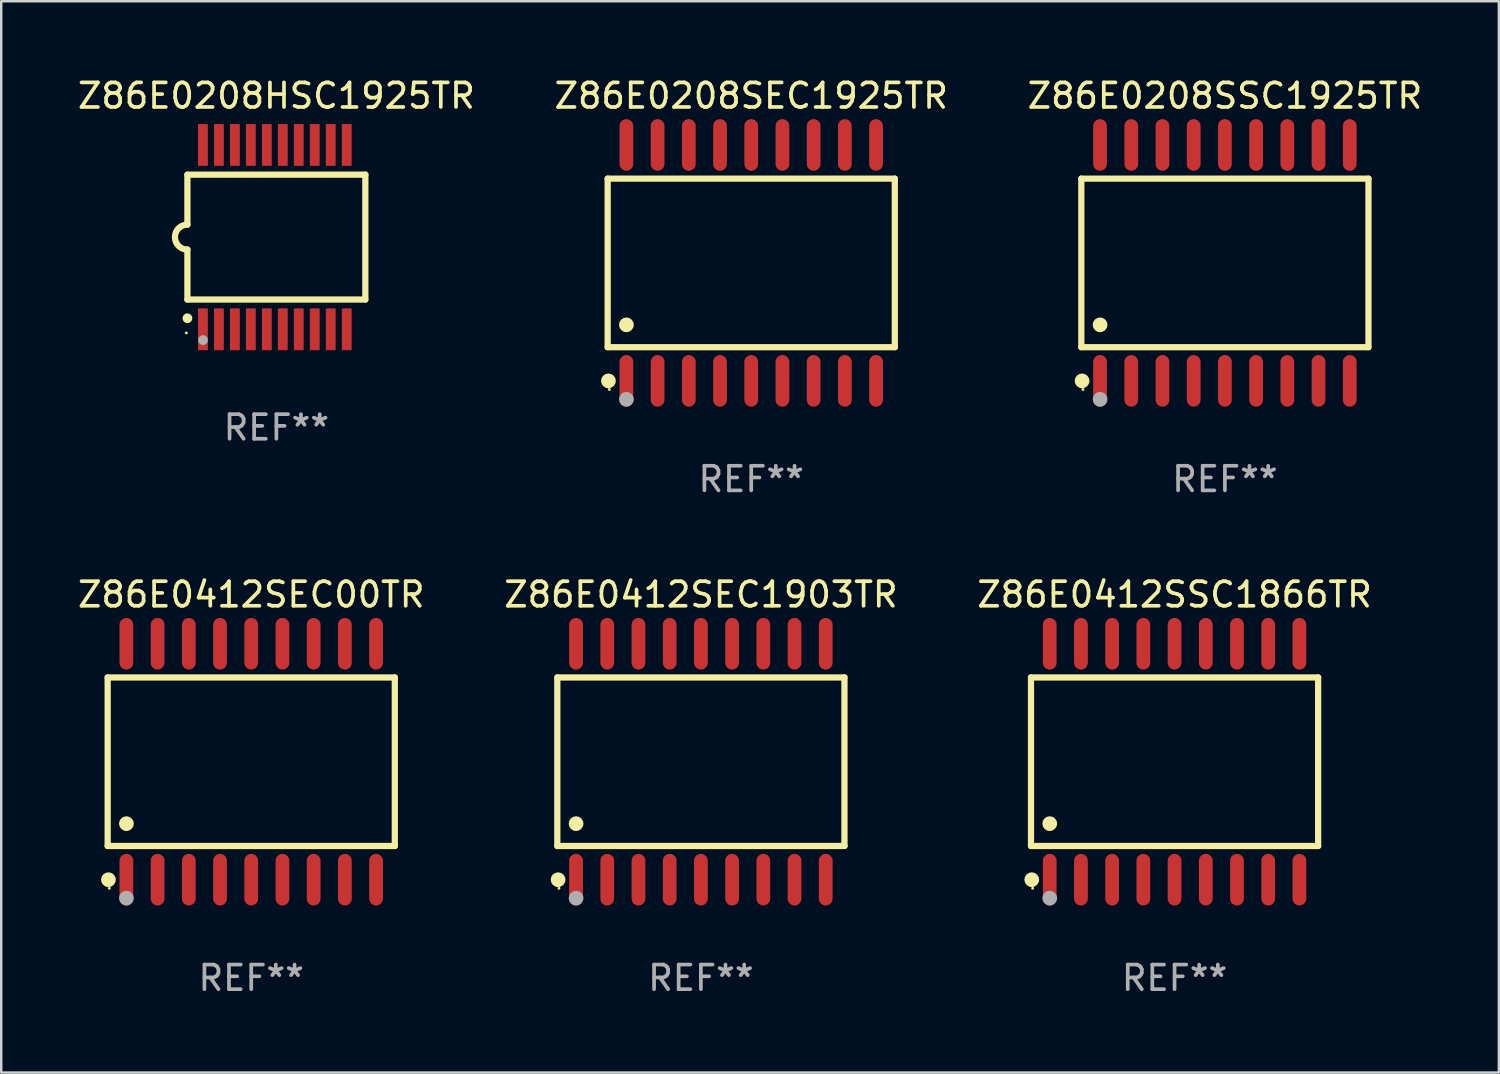
<source format=kicad_pcb>
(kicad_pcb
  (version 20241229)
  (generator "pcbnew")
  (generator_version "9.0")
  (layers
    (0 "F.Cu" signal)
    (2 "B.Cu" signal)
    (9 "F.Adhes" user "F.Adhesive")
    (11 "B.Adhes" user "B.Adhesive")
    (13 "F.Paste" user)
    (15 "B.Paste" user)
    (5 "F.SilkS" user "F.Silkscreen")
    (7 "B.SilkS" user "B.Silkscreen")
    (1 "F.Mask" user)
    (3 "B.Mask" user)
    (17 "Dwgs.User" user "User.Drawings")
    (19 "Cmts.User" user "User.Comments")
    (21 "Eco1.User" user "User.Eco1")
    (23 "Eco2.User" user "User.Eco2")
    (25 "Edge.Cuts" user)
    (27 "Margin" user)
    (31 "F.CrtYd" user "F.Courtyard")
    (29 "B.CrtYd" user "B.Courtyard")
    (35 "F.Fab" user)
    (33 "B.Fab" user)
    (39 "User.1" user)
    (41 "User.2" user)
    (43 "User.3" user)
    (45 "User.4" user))
  (footprint "Z86E0208SSC1925TR"
    (layer "F.Cu")
    (at 46.792 7.648)
    (property "Reference" "Z86E0208SSC1925TR" (at 0 -6.8 0) (layer "F.SilkS") (effects (font (size 1 1) (thickness 0.15))))
    (attr through_hole)
    (fp_line (start -5.842 -3.429) (end -5.842 3.429) (stroke (width 0.254) (type solid)) (layer "F.SilkS"))
    (fp_line (start -5.842 3.429) (end 5.842 3.429) (stroke (width 0.254) (type solid)) (layer "F.SilkS"))
    (fp_line (start 5.842 -3.429) (end -5.842 -3.429) (stroke (width 0.254) (type solid)) (layer "F.SilkS"))
    (fp_line (start 5.842 3.429) (end 5.842 -3.429) (stroke (width 0.254) (type solid)) (layer "F.SilkS"))
    (fp_circle (center -5.812 4.8) (end -5.662 4.8) (stroke (width 0.3) (type solid)) (fill no) (layer "F.SilkS"))
    (fp_circle (center -5.775 5.15) (end -5.745 5.15) (stroke (width 0.06) (type solid)) (fill no) (layer "F.SilkS"))
    (fp_circle (center -5.08 2.519) (end -4.93 2.519) (stroke (width 0.3) (type solid)) (fill no) (layer "F.SilkS"))
    (fp_circle (center -5.08 5.55) (end -4.93 5.55) (stroke (width 0.3) (type solid)) (fill no) (layer "F.Fab"))
    (fp_text user "REF**" (at 0 8.8 0) (layer "F.Fab") (effects (font (size 1 1) (thickness 0.15))))
    (pad "1" smd oval (at -5.08 4.8) (size 0.56 2.1) (layers "F.Cu" "F.Mask" "F.Paste"))
    (pad "2" smd oval (at -3.81 4.8) (size 0.56 2.1) (layers "F.Cu" "F.Mask" "F.Paste"))
    (pad "3" smd oval (at -2.54 4.8) (size 0.56 2.1) (layers "F.Cu" "F.Mask" "F.Paste"))
    (pad "4" smd oval (at -1.27 4.8) (size 0.56 2.1) (layers "F.Cu" "F.Mask" "F.Paste"))
    (pad "5" smd oval (at 0 4.8) (size 0.56 2.1) (layers "F.Cu" "F.Mask" "F.Paste"))
    (pad "6" smd oval (at 1.27 4.8) (size 0.56 2.1) (layers "F.Cu" "F.Mask" "F.Paste"))
    (pad "7" smd oval (at 2.54 4.8) (size 0.56 2.1) (layers "F.Cu" "F.Mask" "F.Paste"))
    (pad "8" smd oval (at 3.81 4.8) (size 0.56 2.1) (layers "F.Cu" "F.Mask" "F.Paste"))
    (pad "9" smd oval (at 5.08 4.8) (size 0.56 2.1) (layers "F.Cu" "F.Mask" "F.Paste"))
    (pad "10" smd oval (at 5.08 -4.8) (size 0.56 2.1) (layers "F.Cu" "F.Mask" "F.Paste"))
    (pad "11" smd oval (at 3.81 -4.8) (size 0.56 2.1) (layers "F.Cu" "F.Mask" "F.Paste"))
    (pad "12" smd oval (at 2.54 -4.8) (size 0.56 2.1) (layers "F.Cu" "F.Mask" "F.Paste"))
    (pad "13" smd oval (at 1.27 -4.8) (size 0.56 2.1) (layers "F.Cu" "F.Mask" "F.Paste"))
    (pad "14" smd oval (at 0 -4.8) (size 0.56 2.1) (layers "F.Cu" "F.Mask" "F.Paste"))
    (pad "15" smd oval (at -1.27 -4.8) (size 0.56 2.1) (layers "F.Cu" "F.Mask" "F.Paste"))
    (pad "16" smd oval (at -2.54 -4.8) (size 0.56 2.1) (layers "F.Cu" "F.Mask" "F.Paste"))
    (pad "17" smd oval (at -3.81 -4.8) (size 0.56 2.1) (layers "F.Cu" "F.Mask" "F.Paste"))
    (pad "18" smd oval (at -5.08 -4.8) (size 0.56 2.1) (layers "F.Cu" "F.Mask" "F.Paste")))
  (footprint "Z86E0208HSC1925TR"
    (layer "F.Cu")
    (at 8.196 6.598)
    (property "Reference" "Z86E0208HSC1925TR" (at 0 -5.75 0) (layer "F.SilkS") (effects (font (size 1 1) (thickness 0.15))))
    (attr through_hole)
    (fp_line (start -3.62 -2.54) (end 3.62 -2.54) (stroke (width 0.254) (type solid)) (layer "F.SilkS"))
    (fp_line (start -3.62 -0.508) (end -3.62 -2.54) (stroke (width 0.254) (type solid)) (layer "F.SilkS"))
    (fp_line (start -3.62 2.54) (end -3.62 0.508) (stroke (width 0.254) (type solid)) (layer "F.SilkS"))
    (fp_line (start 3.62 -2.54) (end 3.62 2.54) (stroke (width 0.254) (type solid)) (layer "F.SilkS"))
    (fp_line (start 3.62 2.54) (end -3.62 2.54) (stroke (width 0.254) (type solid)) (layer "F.SilkS"))
    (fp_arc (start -3.619507 0.508052) (mid -4.125607 0.000051) (end -3.619507 -0.50795) (stroke (width 0.254001) (type solid)) (layer "F.SilkS"))
    (fp_circle (center -3.664 3.9) (end -3.634 3.9) (stroke (width 0.06) (type solid)) (fill no) (layer "F.SilkS"))
    (fp_circle (center -3.62 3.302) (end -3.52 3.302) (stroke (width 0.2) (type solid)) (fill no) (layer "F.SilkS"))
    (fp_circle (center -2.985 4.191) (end -2.885 4.191) (stroke (width 0.2) (type solid)) (fill no) (layer "F.Fab"))
    (fp_text user "REF**" (at 0 7.75 0) (layer "F.Fab") (effects (font (size 1 1) (thickness 0.15))))
    (pad "1" smd rect (at -2.989 3.75) (size 0.4 1.7) (layers "F.Cu" "F.Mask" "F.Paste"))
    (pad "2" smd rect (at -2.339 3.75) (size 0.4 1.7) (layers "F.Cu" "F.Mask" "F.Paste"))
    (pad "3" smd rect (at -1.689 3.75) (size 0.4 1.7) (layers "F.Cu" "F.Mask" "F.Paste"))
    (pad "4" smd rect (at -1.039 3.75) (size 0.4 1.7) (layers "F.Cu" "F.Mask" "F.Paste"))
    (pad "5" smd rect (at -0.389 3.75) (size 0.4 1.7) (layers "F.Cu" "F.Mask" "F.Paste"))
    (pad "6" smd rect (at 0.261 3.75) (size 0.4 1.7) (layers "F.Cu" "F.Mask" "F.Paste"))
    (pad "7" smd rect (at 0.911 3.75) (size 0.4 1.7) (layers "F.Cu" "F.Mask" "F.Paste"))
    (pad "8" smd rect (at 1.561 3.75) (size 0.4 1.7) (layers "F.Cu" "F.Mask" "F.Paste"))
    (pad "9" smd rect (at 2.211 3.75) (size 0.4 1.7) (layers "F.Cu" "F.Mask" "F.Paste"))
    (pad "10" smd rect (at 2.862 3.75) (size 0.4 1.7) (layers "F.Cu" "F.Mask" "F.Paste"))
    (pad "11" smd rect (at 2.862 -3.75) (size 0.4 1.7) (layers "F.Cu" "F.Mask" "F.Paste"))
    (pad "12" smd rect (at 2.211 -3.75) (size 0.4 1.7) (layers "F.Cu" "F.Mask" "F.Paste"))
    (pad "13" smd rect (at 1.561 -3.75) (size 0.4 1.7) (layers "F.Cu" "F.Mask" "F.Paste"))
    (pad "14" smd rect (at 0.911 -3.75) (size 0.4 1.7) (layers "F.Cu" "F.Mask" "F.Paste"))
    (pad "15" smd rect (at 0.261 -3.75) (size 0.4 1.7) (layers "F.Cu" "F.Mask" "F.Paste"))
    (pad "16" smd rect (at -0.389 -3.75) (size 0.4 1.7) (layers "F.Cu" "F.Mask" "F.Paste"))
    (pad "17" smd rect (at -1.039 -3.75) (size 0.4 1.7) (layers "F.Cu" "F.Mask" "F.Paste"))
    (pad "18" smd rect (at -1.689 -3.75) (size 0.4 1.7) (layers "F.Cu" "F.Mask" "F.Paste"))
    (pad "19" smd rect (at -2.339 -3.75) (size 0.4 1.7) (layers "F.Cu" "F.Mask" "F.Paste"))
    (pad "20" smd rect (at -2.989 -3.75) (size 0.4 1.7) (layers "F.Cu" "F.Mask" "F.Paste")))
  (footprint "Z86E0208SEC1925TR"
    (layer "F.Cu")
    (at 27.518 7.648)
    (property "Reference" "Z86E0208SEC1925TR" (at 0 -6.8 0) (layer "F.SilkS") (effects (font (size 1 1) (thickness 0.15))))
    (attr through_hole)
    (fp_line (start -5.842 -3.429) (end -5.842 3.429) (stroke (width 0.254) (type solid)) (layer "F.SilkS"))
    (fp_line (start -5.842 3.429) (end 5.842 3.429) (stroke (width 0.254) (type solid)) (layer "F.SilkS"))
    (fp_line (start 5.842 -3.429) (end -5.842 -3.429) (stroke (width 0.254) (type solid)) (layer "F.SilkS"))
    (fp_line (start 5.842 3.429) (end 5.842 -3.429) (stroke (width 0.254) (type solid)) (layer "F.SilkS"))
    (fp_circle (center -5.812 4.8) (end -5.662 4.8) (stroke (width 0.3) (type solid)) (fill no) (layer "F.SilkS"))
    (fp_circle (center -5.775 5.15) (end -5.745 5.15) (stroke (width 0.06) (type solid)) (fill no) (layer "F.SilkS"))
    (fp_circle (center -5.08 2.519) (end -4.93 2.519) (stroke (width 0.3) (type solid)) (fill no) (layer "F.SilkS"))
    (fp_circle (center -5.08 5.55) (end -4.93 5.55) (stroke (width 0.3) (type solid)) (fill no) (layer "F.Fab"))
    (fp_text user "REF**" (at 0 8.8 0) (layer "F.Fab") (effects (font (size 1 1) (thickness 0.15))))
    (pad "1" smd oval (at -5.08 4.8) (size 0.56 2.1) (layers "F.Cu" "F.Mask" "F.Paste"))
    (pad "2" smd oval (at -3.81 4.8) (size 0.56 2.1) (layers "F.Cu" "F.Mask" "F.Paste"))
    (pad "3" smd oval (at -2.54 4.8) (size 0.56 2.1) (layers "F.Cu" "F.Mask" "F.Paste"))
    (pad "4" smd oval (at -1.27 4.8) (size 0.56 2.1) (layers "F.Cu" "F.Mask" "F.Paste"))
    (pad "5" smd oval (at 0 4.8) (size 0.56 2.1) (layers "F.Cu" "F.Mask" "F.Paste"))
    (pad "6" smd oval (at 1.27 4.8) (size 0.56 2.1) (layers "F.Cu" "F.Mask" "F.Paste"))
    (pad "7" smd oval (at 2.54 4.8) (size 0.56 2.1) (layers "F.Cu" "F.Mask" "F.Paste"))
    (pad "8" smd oval (at 3.81 4.8) (size 0.56 2.1) (layers "F.Cu" "F.Mask" "F.Paste"))
    (pad "9" smd oval (at 5.08 4.8) (size 0.56 2.1) (layers "F.Cu" "F.Mask" "F.Paste"))
    (pad "10" smd oval (at 5.08 -4.8) (size 0.56 2.1) (layers "F.Cu" "F.Mask" "F.Paste"))
    (pad "11" smd oval (at 3.81 -4.8) (size 0.56 2.1) (layers "F.Cu" "F.Mask" "F.Paste"))
    (pad "12" smd oval (at 2.54 -4.8) (size 0.56 2.1) (layers "F.Cu" "F.Mask" "F.Paste"))
    (pad "13" smd oval (at 1.27 -4.8) (size 0.56 2.1) (layers "F.Cu" "F.Mask" "F.Paste"))
    (pad "14" smd oval (at 0 -4.8) (size 0.56 2.1) (layers "F.Cu" "F.Mask" "F.Paste"))
    (pad "15" smd oval (at -1.27 -4.8) (size 0.56 2.1) (layers "F.Cu" "F.Mask" "F.Paste"))
    (pad "16" smd oval (at -2.54 -4.8) (size 0.56 2.1) (layers "F.Cu" "F.Mask" "F.Paste"))
    (pad "17" smd oval (at -3.81 -4.8) (size 0.56 2.1) (layers "F.Cu" "F.Mask" "F.Paste"))
    (pad "18" smd oval (at -5.08 -4.8) (size 0.56 2.1) (layers "F.Cu" "F.Mask" "F.Paste")))
  (footprint "Z86E0412SEC1903TR"
    (layer "F.Cu")
    (at 25.47 27.945)
    (property "Reference" "Z86E0412SEC1903TR" (at 0 -6.8 0) (layer "F.SilkS") (effects (font (size 1 1) (thickness 0.15))))
    (attr through_hole)
    (fp_line (start -5.842 -3.429) (end -5.842 3.429) (stroke (width 0.254) (type solid)) (layer "F.SilkS"))
    (fp_line (start -5.842 3.429) (end 5.842 3.429) (stroke (width 0.254) (type solid)) (layer "F.SilkS"))
    (fp_line (start 5.842 -3.429) (end -5.842 -3.429) (stroke (width 0.254) (type solid)) (layer "F.SilkS"))
    (fp_line (start 5.842 3.429) (end 5.842 -3.429) (stroke (width 0.254) (type solid)) (layer "F.SilkS"))
    (fp_circle (center -5.812 4.8) (end -5.662 4.8) (stroke (width 0.3) (type solid)) (fill no) (layer "F.SilkS"))
    (fp_circle (center -5.775 5.15) (end -5.745 5.15) (stroke (width 0.06) (type solid)) (fill no) (layer "F.SilkS"))
    (fp_circle (center -5.08 2.519) (end -4.93 2.519) (stroke (width 0.3) (type solid)) (fill no) (layer "F.SilkS"))
    (fp_circle (center -5.08 5.55) (end -4.93 5.55) (stroke (width 0.3) (type solid)) (fill no) (layer "F.Fab"))
    (fp_text user "REF**" (at 0 8.8 0) (layer "F.Fab") (effects (font (size 1 1) (thickness 0.15))))
    (pad "1" smd oval (at -5.08 4.8) (size 0.56 2.1) (layers "F.Cu" "F.Mask" "F.Paste"))
    (pad "2" smd oval (at -3.81 4.8) (size 0.56 2.1) (layers "F.Cu" "F.Mask" "F.Paste"))
    (pad "3" smd oval (at -2.54 4.8) (size 0.56 2.1) (layers "F.Cu" "F.Mask" "F.Paste"))
    (pad "4" smd oval (at -1.27 4.8) (size 0.56 2.1) (layers "F.Cu" "F.Mask" "F.Paste"))
    (pad "5" smd oval (at 0 4.8) (size 0.56 2.1) (layers "F.Cu" "F.Mask" "F.Paste"))
    (pad "6" smd oval (at 1.27 4.8) (size 0.56 2.1) (layers "F.Cu" "F.Mask" "F.Paste"))
    (pad "7" smd oval (at 2.54 4.8) (size 0.56 2.1) (layers "F.Cu" "F.Mask" "F.Paste"))
    (pad "8" smd oval (at 3.81 4.8) (size 0.56 2.1) (layers "F.Cu" "F.Mask" "F.Paste"))
    (pad "9" smd oval (at 5.08 4.8) (size 0.56 2.1) (layers "F.Cu" "F.Mask" "F.Paste"))
    (pad "10" smd oval (at 5.08 -4.8) (size 0.56 2.1) (layers "F.Cu" "F.Mask" "F.Paste"))
    (pad "11" smd oval (at 3.81 -4.8) (size 0.56 2.1) (layers "F.Cu" "F.Mask" "F.Paste"))
    (pad "12" smd oval (at 2.54 -4.8) (size 0.56 2.1) (layers "F.Cu" "F.Mask" "F.Paste"))
    (pad "13" smd oval (at 1.27 -4.8) (size 0.56 2.1) (layers "F.Cu" "F.Mask" "F.Paste"))
    (pad "14" smd oval (at 0 -4.8) (size 0.56 2.1) (layers "F.Cu" "F.Mask" "F.Paste"))
    (pad "15" smd oval (at -1.27 -4.8) (size 0.56 2.1) (layers "F.Cu" "F.Mask" "F.Paste"))
    (pad "16" smd oval (at -2.54 -4.8) (size 0.56 2.1) (layers "F.Cu" "F.Mask" "F.Paste"))
    (pad "17" smd oval (at -3.81 -4.8) (size 0.56 2.1) (layers "F.Cu" "F.Mask" "F.Paste"))
    (pad "18" smd oval (at -5.08 -4.8) (size 0.56 2.1) (layers "F.Cu" "F.Mask" "F.Paste")))
  (footprint "Z86E0412SEC00TR"
    (layer "F.Cu")
    (at 7.173 27.945)
    (property "Reference" "Z86E0412SEC00TR" (at 0 -6.8 0) (layer "F.SilkS") (effects (font (size 1 1) (thickness 0.15))))
    (attr through_hole)
    (fp_line (start -5.842 -3.429) (end -5.842 3.429) (stroke (width 0.254) (type solid)) (layer "F.SilkS"))
    (fp_line (start -5.842 3.429) (end 5.842 3.429) (stroke (width 0.254) (type solid)) (layer "F.SilkS"))
    (fp_line (start 5.842 -3.429) (end -5.842 -3.429) (stroke (width 0.254) (type solid)) (layer "F.SilkS"))
    (fp_line (start 5.842 3.429) (end 5.842 -3.429) (stroke (width 0.254) (type solid)) (layer "F.SilkS"))
    (fp_circle (center -5.812 4.8) (end -5.662 4.8) (stroke (width 0.3) (type solid)) (fill no) (layer "F.SilkS"))
    (fp_circle (center -5.775 5.15) (end -5.745 5.15) (stroke (width 0.06) (type solid)) (fill no) (layer "F.SilkS"))
    (fp_circle (center -5.08 2.519) (end -4.93 2.519) (stroke (width 0.3) (type solid)) (fill no) (layer "F.SilkS"))
    (fp_circle (center -5.08 5.55) (end -4.93 5.55) (stroke (width 0.3) (type solid)) (fill no) (layer "F.Fab"))
    (fp_text user "REF**" (at 0 8.8 0) (layer "F.Fab") (effects (font (size 1 1) (thickness 0.15))))
    (pad "1" smd oval (at -5.08 4.8) (size 0.56 2.1) (layers "F.Cu" "F.Mask" "F.Paste"))
    (pad "2" smd oval (at -3.81 4.8) (size 0.56 2.1) (layers "F.Cu" "F.Mask" "F.Paste"))
    (pad "3" smd oval (at -2.54 4.8) (size 0.56 2.1) (layers "F.Cu" "F.Mask" "F.Paste"))
    (pad "4" smd oval (at -1.27 4.8) (size 0.56 2.1) (layers "F.Cu" "F.Mask" "F.Paste"))
    (pad "5" smd oval (at 0 4.8) (size 0.56 2.1) (layers "F.Cu" "F.Mask" "F.Paste"))
    (pad "6" smd oval (at 1.27 4.8) (size 0.56 2.1) (layers "F.Cu" "F.Mask" "F.Paste"))
    (pad "7" smd oval (at 2.54 4.8) (size 0.56 2.1) (layers "F.Cu" "F.Mask" "F.Paste"))
    (pad "8" smd oval (at 3.81 4.8) (size 0.56 2.1) (layers "F.Cu" "F.Mask" "F.Paste"))
    (pad "9" smd oval (at 5.08 4.8) (size 0.56 2.1) (layers "F.Cu" "F.Mask" "F.Paste"))
    (pad "10" smd oval (at 5.08 -4.8) (size 0.56 2.1) (layers "F.Cu" "F.Mask" "F.Paste"))
    (pad "11" smd oval (at 3.81 -4.8) (size 0.56 2.1) (layers "F.Cu" "F.Mask" "F.Paste"))
    (pad "12" smd oval (at 2.54 -4.8) (size 0.56 2.1) (layers "F.Cu" "F.Mask" "F.Paste"))
    (pad "13" smd oval (at 1.27 -4.8) (size 0.56 2.1) (layers "F.Cu" "F.Mask" "F.Paste"))
    (pad "14" smd oval (at 0 -4.8) (size 0.56 2.1) (layers "F.Cu" "F.Mask" "F.Paste"))
    (pad "15" smd oval (at -1.27 -4.8) (size 0.56 2.1) (layers "F.Cu" "F.Mask" "F.Paste"))
    (pad "16" smd oval (at -2.54 -4.8) (size 0.56 2.1) (layers "F.Cu" "F.Mask" "F.Paste"))
    (pad "17" smd oval (at -3.81 -4.8) (size 0.56 2.1) (layers "F.Cu" "F.Mask" "F.Paste"))
    (pad "18" smd oval (at -5.08 -4.8) (size 0.56 2.1) (layers "F.Cu" "F.Mask" "F.Paste")))
  (footprint "Z86E0412SSC1866TR"
    (layer "F.Cu")
    (at 44.744 27.945)
    (property "Reference" "Z86E0412SSC1866TR" (at 0 -6.8 0) (layer "F.SilkS") (effects (font (size 1 1) (thickness 0.15))))
    (attr through_hole)
    (fp_line (start -5.842 -3.429) (end -5.842 3.429) (stroke (width 0.254) (type solid)) (layer "F.SilkS"))
    (fp_line (start -5.842 3.429) (end 5.842 3.429) (stroke (width 0.254) (type solid)) (layer "F.SilkS"))
    (fp_line (start 5.842 -3.429) (end -5.842 -3.429) (stroke (width 0.254) (type solid)) (layer "F.SilkS"))
    (fp_line (start 5.842 3.429) (end 5.842 -3.429) (stroke (width 0.254) (type solid)) (layer "F.SilkS"))
    (fp_circle (center -5.812 4.8) (end -5.662 4.8) (stroke (width 0.3) (type solid)) (fill no) (layer "F.SilkS"))
    (fp_circle (center -5.775 5.15) (end -5.745 5.15) (stroke (width 0.06) (type solid)) (fill no) (layer "F.SilkS"))
    (fp_circle (center -5.08 2.519) (end -4.93 2.519) (stroke (width 0.3) (type solid)) (fill no) (layer "F.SilkS"))
    (fp_circle (center -5.08 5.55) (end -4.93 5.55) (stroke (width 0.3) (type solid)) (fill no) (layer "F.Fab"))
    (fp_text user "REF**" (at 0 8.8 0) (layer "F.Fab") (effects (font (size 1 1) (thickness 0.15))))
    (pad "1" smd oval (at -5.08 4.8) (size 0.56 2.1) (layers "F.Cu" "F.Mask" "F.Paste"))
    (pad "2" smd oval (at -3.81 4.8) (size 0.56 2.1) (layers "F.Cu" "F.Mask" "F.Paste"))
    (pad "3" smd oval (at -2.54 4.8) (size 0.56 2.1) (layers "F.Cu" "F.Mask" "F.Paste"))
    (pad "4" smd oval (at -1.27 4.8) (size 0.56 2.1) (layers "F.Cu" "F.Mask" "F.Paste"))
    (pad "5" smd oval (at 0 4.8) (size 0.56 2.1) (layers "F.Cu" "F.Mask" "F.Paste"))
    (pad "6" smd oval (at 1.27 4.8) (size 0.56 2.1) (layers "F.Cu" "F.Mask" "F.Paste"))
    (pad "7" smd oval (at 2.54 4.8) (size 0.56 2.1) (layers "F.Cu" "F.Mask" "F.Paste"))
    (pad "8" smd oval (at 3.81 4.8) (size 0.56 2.1) (layers "F.Cu" "F.Mask" "F.Paste"))
    (pad "9" smd oval (at 5.08 4.8) (size 0.56 2.1) (layers "F.Cu" "F.Mask" "F.Paste"))
    (pad "10" smd oval (at 5.08 -4.8) (size 0.56 2.1) (layers "F.Cu" "F.Mask" "F.Paste"))
    (pad "11" smd oval (at 3.81 -4.8) (size 0.56 2.1) (layers "F.Cu" "F.Mask" "F.Paste"))
    (pad "12" smd oval (at 2.54 -4.8) (size 0.56 2.1) (layers "F.Cu" "F.Mask" "F.Paste"))
    (pad "13" smd oval (at 1.27 -4.8) (size 0.56 2.1) (layers "F.Cu" "F.Mask" "F.Paste"))
    (pad "14" smd oval (at 0 -4.8) (size 0.56 2.1) (layers "F.Cu" "F.Mask" "F.Paste"))
    (pad "15" smd oval (at -1.27 -4.8) (size 0.56 2.1) (layers "F.Cu" "F.Mask" "F.Paste"))
    (pad "16" smd oval (at -2.54 -4.8) (size 0.56 2.1) (layers "F.Cu" "F.Mask" "F.Paste"))
    (pad "17" smd oval (at -3.81 -4.8) (size 0.56 2.1) (layers "F.Cu" "F.Mask" "F.Paste"))
    (pad "18" smd oval (at -5.08 -4.8) (size 0.56 2.1) (layers "F.Cu" "F.Mask" "F.Paste")))
  (gr_rect
    (start -3 -3)
    (end 57.94 40.593)
    (stroke (width 0.1) (type default))
    (fill no)
    (layer "Edge.Cuts")))
</source>
